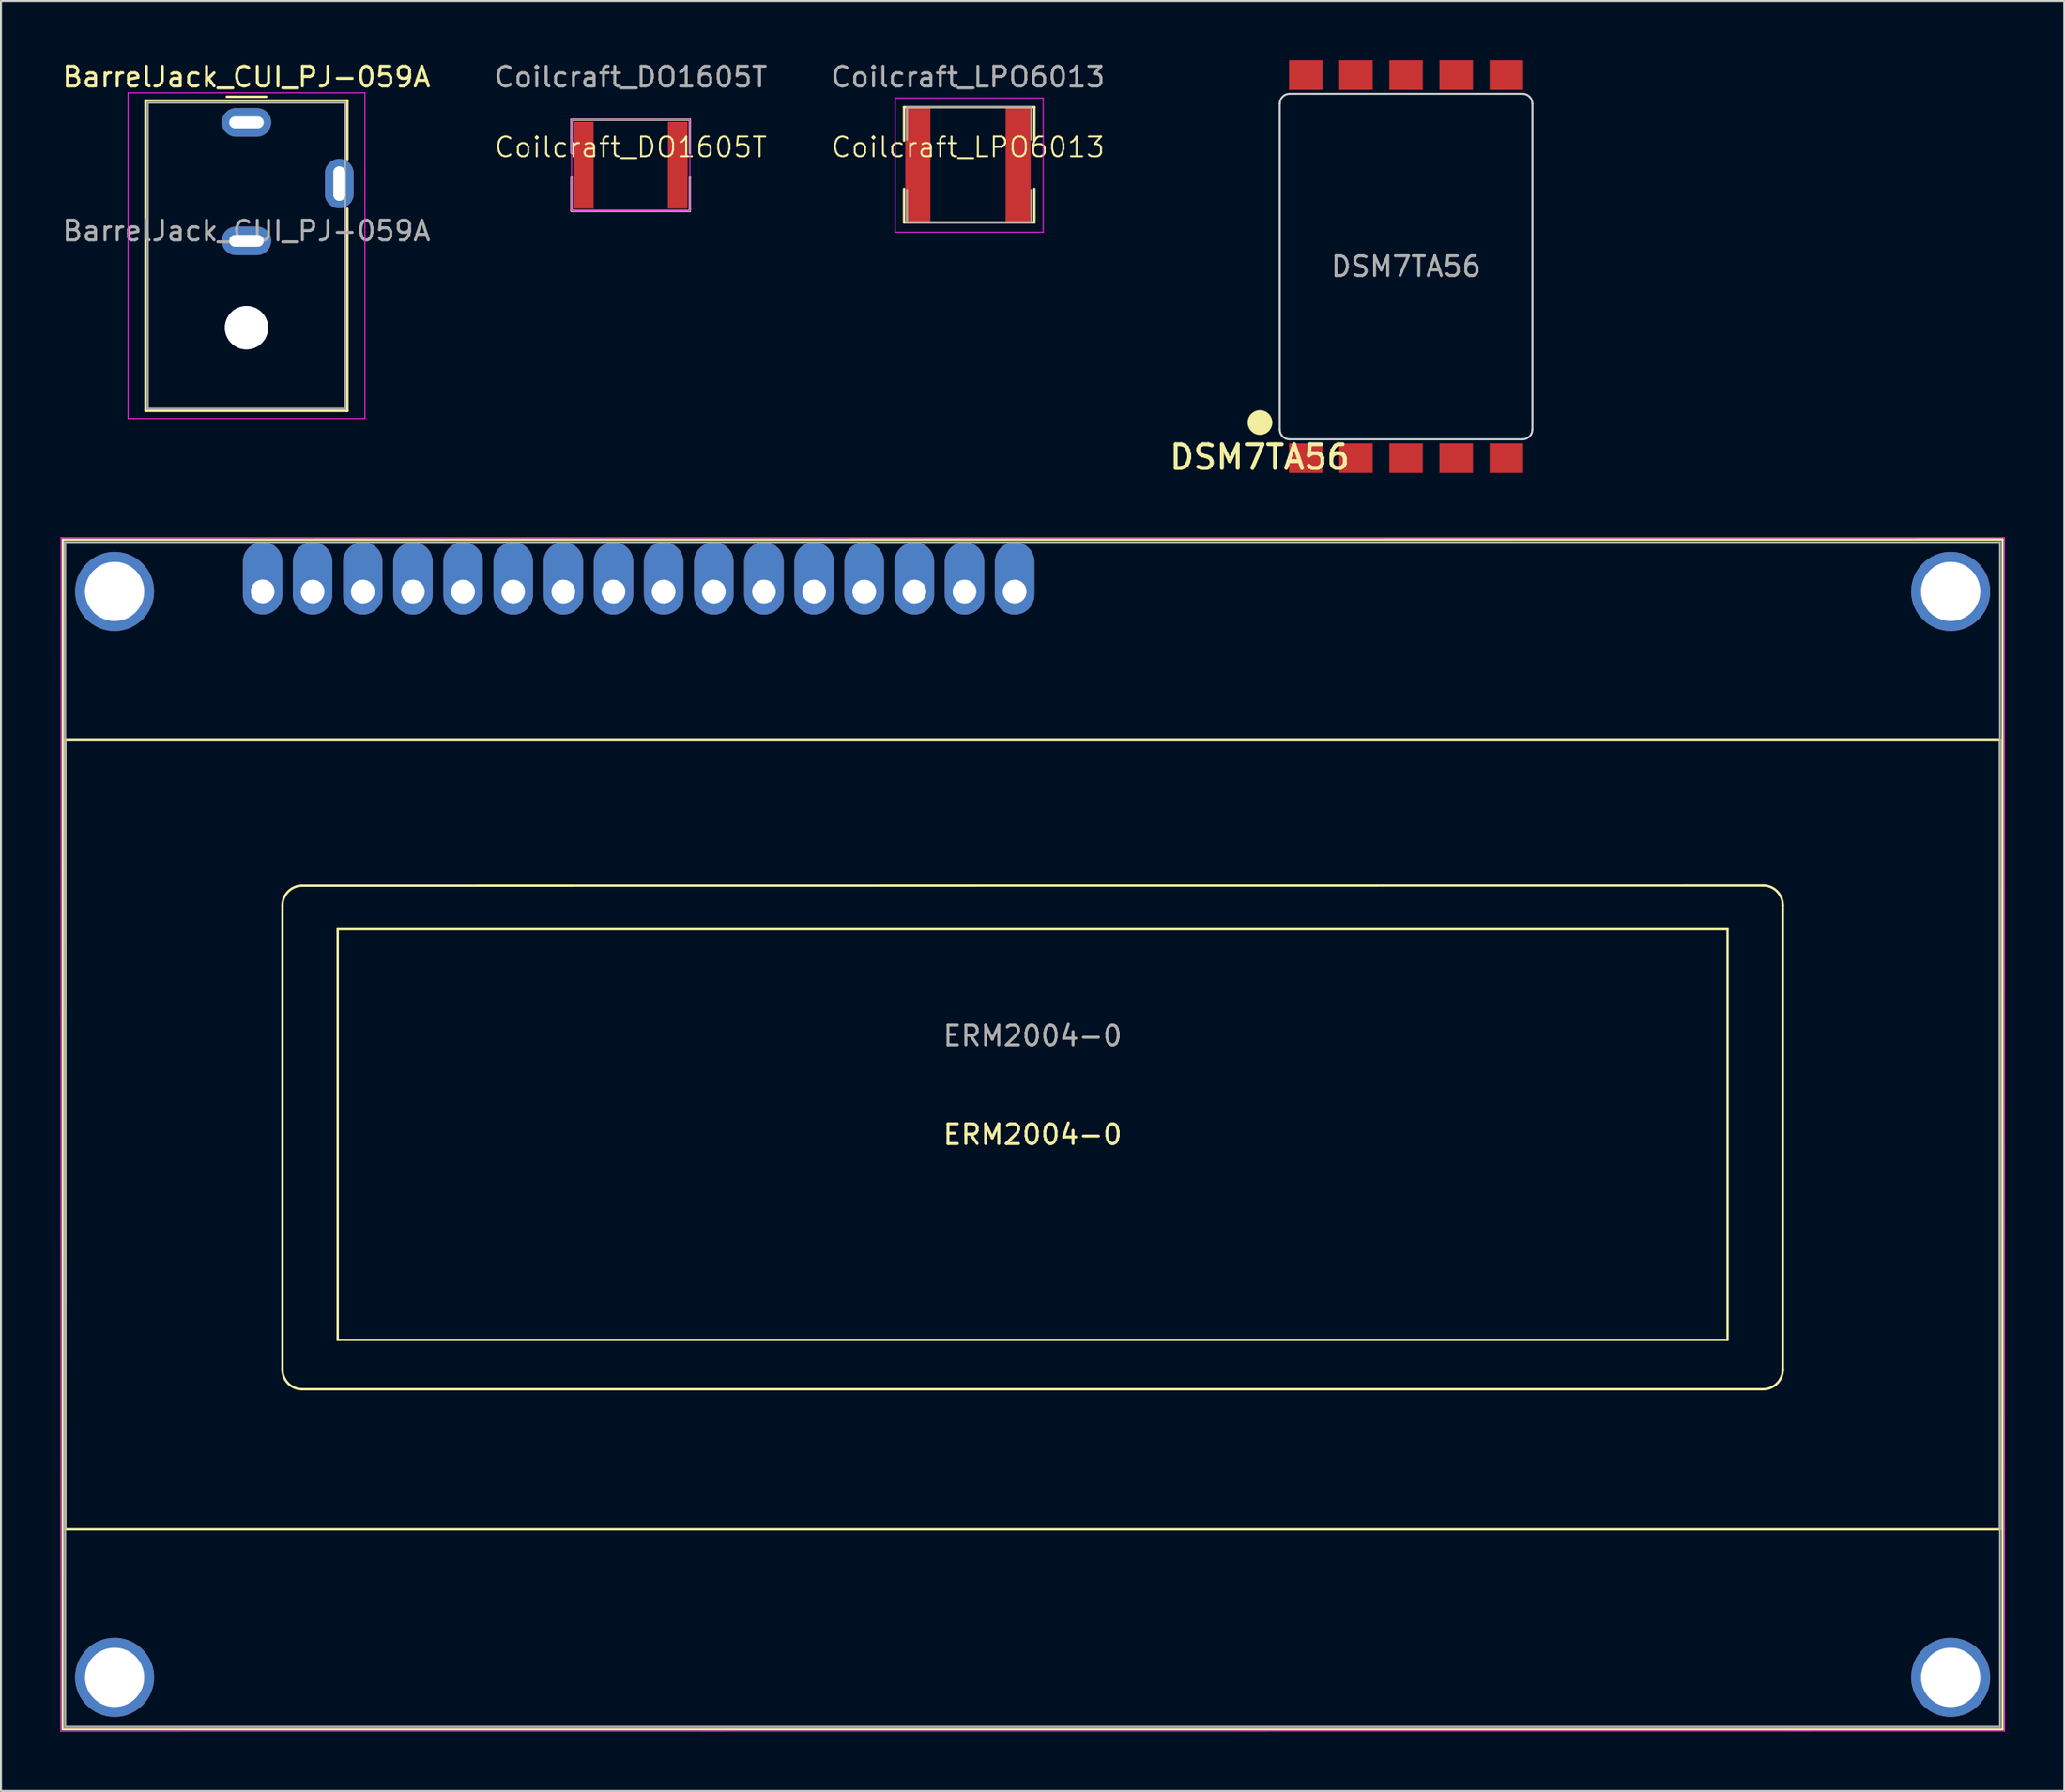
<source format=kicad_pcb>
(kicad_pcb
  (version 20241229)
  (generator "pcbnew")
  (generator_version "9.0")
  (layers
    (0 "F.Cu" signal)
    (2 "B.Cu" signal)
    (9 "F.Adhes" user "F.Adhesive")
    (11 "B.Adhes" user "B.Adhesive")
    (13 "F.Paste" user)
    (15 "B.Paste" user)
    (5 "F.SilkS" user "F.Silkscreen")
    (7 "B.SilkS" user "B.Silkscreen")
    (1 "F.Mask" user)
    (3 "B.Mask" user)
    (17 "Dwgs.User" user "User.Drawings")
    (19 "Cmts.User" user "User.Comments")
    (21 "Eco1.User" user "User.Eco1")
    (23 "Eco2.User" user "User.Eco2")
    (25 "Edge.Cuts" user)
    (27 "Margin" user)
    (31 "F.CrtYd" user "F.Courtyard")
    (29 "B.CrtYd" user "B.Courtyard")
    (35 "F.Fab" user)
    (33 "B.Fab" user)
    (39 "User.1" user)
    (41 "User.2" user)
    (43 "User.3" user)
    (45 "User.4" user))
  (footprint "Coilcraft_DO1605T"
    (layer "F.Cu")
    (at 28.899 5.319)
    (property "Reference" "Coilcraft_DO1605T" (at 0 -0.914 0) (unlocked yes) (layer "F.SilkS") (effects (font (size 1 1) (thickness 0.1))))
    (attr smd)
    (fp_line (start -2.997 -2.311) (end 2.997 -2.311) (stroke (width 0.12) (type solid)) (layer "F.SilkS"))
    (fp_line (start -2.997 -0.611) (end -2.997 -2.311) (stroke (width 0.12) (type solid)) (layer "F.SilkS"))
    (fp_line (start -2.997 2.311) (end -2.997 0.611) (stroke (width 0.12) (type solid)) (layer "F.SilkS"))
    (fp_line (start 2.997 -2.311) (end 2.997 -0.611) (stroke (width 0.12) (type solid)) (layer "F.SilkS"))
    (fp_line (start 2.997 0.611) (end 2.997 2.311) (stroke (width 0.12) (type solid)) (layer "F.SilkS"))
    (fp_line (start 2.997 2.311) (end -2.997 2.311) (stroke (width 0.12) (type solid)) (layer "F.SilkS"))
    (fp_line (start -2.997 -2.311) (end -2.997 2.311) (stroke (width 0.05) (type solid)) (layer "F.CrtYd"))
    (fp_line (start -2.997 2.311) (end 2.997 2.311) (stroke (width 0.05) (type solid)) (layer "F.CrtYd"))
    (fp_line (start 2.997 -2.311) (end -2.997 -2.311) (stroke (width 0.05) (type solid)) (layer "F.CrtYd"))
    (fp_line (start 2.997 2.311) (end 2.997 -2.311) (stroke (width 0.05) (type solid)) (layer "F.CrtYd"))
    (fp_line (start -2.997 -2.311) (end -2.997 -0.661) (stroke (width 0.1) (type solid)) (layer "F.Fab"))
    (fp_line (start -2.997 -2.311) (end 2.997 -2.311) (stroke (width 0.1) (type solid)) (layer "F.Fab"))
    (fp_line (start -2.997 2.311) (end -2.997 0.661) (stroke (width 0.1) (type solid)) (layer "F.Fab"))
    (fp_line (start -2.997 2.311) (end 2.997 2.311) (stroke (width 0.1) (type solid)) (layer "F.Fab"))
    (fp_line (start 2.997 -2.311) (end 2.997 -0.661) (stroke (width 0.1) (type solid)) (layer "F.Fab"))
    (fp_line (start 2.997 2.311) (end 2.997 0.661) (stroke (width 0.1) (type solid)) (layer "F.Fab"))
    (fp_text user "${REFERENCE}" (at 0 -4.47 0) (layer "F.Fab") (effects (font (size 1 1) (thickness 0.15))))
    (pad "1" smd rect (at -2.38 -0.004) (size 1 4.4) (layers "F.Cu" "F.Mask" "F.Paste"))
    (pad "2" smd rect (at 2.38 -0.004) (size 1 4.4) (layers "F.Cu" "F.Mask" "F.Paste")))
  (footprint "Coilcraft_LPO6013"
    (layer "F.Cu")
    (at 45.982 5.42)
    (property "Reference" "Coilcraft_LPO6013" (at 0 -1.016 0) (unlocked yes) (layer "F.SilkS") (effects (font (size 1 1) (thickness 0.1))))
    (attr smd)
    (fp_line (start -3.24 -3.048) (end 3.36 -3.048) (stroke (width 0.12) (type solid)) (layer "F.SilkS"))
    (fp_line (start -3.24 -1.348) (end -3.24 -3.048) (stroke (width 0.12) (type solid)) (layer "F.SilkS"))
    (fp_line (start -3.24 2.794) (end -3.24 1.094) (stroke (width 0.12) (type solid)) (layer "F.SilkS"))
    (fp_line (start 3.36 -3.048) (end 3.36 -1.348) (stroke (width 0.12) (type solid)) (layer "F.SilkS"))
    (fp_line (start 3.36 1.094) (end 3.36 2.794) (stroke (width 0.12) (type solid)) (layer "F.SilkS"))
    (fp_line (start 3.36 2.794) (end -3.24 2.794) (stroke (width 0.12) (type solid)) (layer "F.SilkS"))
    (fp_line (start -3.69 -3.506) (end -3.69 3.294) (stroke (width 0.05) (type solid)) (layer "F.CrtYd"))
    (fp_line (start -3.69 3.294) (end 3.81 3.294) (stroke (width 0.05) (type solid)) (layer "F.CrtYd"))
    (fp_line (start 3.81 -3.506) (end -3.69 -3.506) (stroke (width 0.05) (type solid)) (layer "F.CrtYd"))
    (fp_line (start 3.81 3.294) (end 3.81 -3.506) (stroke (width 0.05) (type solid)) (layer "F.CrtYd"))
    (fp_line (start -3.09 -3.048) (end -3.09 -1.398) (stroke (width 0.1) (type solid)) (layer "F.Fab"))
    (fp_line (start -3.09 -3.048) (end 3.21 -3.048) (stroke (width 0.1) (type solid)) (layer "F.Fab"))
    (fp_line (start -3.09 2.794) (end -3.09 1.144) (stroke (width 0.1) (type solid)) (layer "F.Fab"))
    (fp_line (start -3.09 2.794) (end 3.21 2.794) (stroke (width 0.1) (type solid)) (layer "F.Fab"))
    (fp_line (start 3.21 -3.048) (end 3.21 -1.398) (stroke (width 0.1) (type solid)) (layer "F.Fab"))
    (fp_line (start 3.21 2.794) (end 3.21 1.144) (stroke (width 0.1) (type solid)) (layer "F.Fab"))
    (fp_text user "${REFERENCE}" (at 0 -4.572 0) (layer "F.Fab") (effects (font (size 1 1) (thickness 0.15))))
    (pad "1" smd rect (at -2.54 -0.106) (size 1.27 5.842) (layers "F.Cu" "F.Mask" "F.Paste"))
    (pad "2" smd rect (at 2.54 -0.106) (size 1.27 5.842) (layers "F.Cu" "F.Mask" "F.Paste")))
  (footprint "BarrelJack_CUI_PJ-059A"
    (layer "F.Cu")
    (at 9.435 3.148)
    (property "Reference" "BarrelJack_CUI_PJ-059A" (at 0 -2.3 0) (layer "F.SilkS") (effects (font (size 1 1) (thickness 0.15))))
    (attr through_hole)
    (fp_line (start -5.11 -1.11) (end 5.11 -1.11) (stroke (width 0.12) (type solid)) (layer "F.SilkS"))
    (fp_line (start -5.11 14.61) (end -5.11 -1.11) (stroke (width 0.12) (type solid)) (layer "F.SilkS"))
    (fp_line (start -1 -1.3) (end 1 -1.3) (stroke (width 0.12) (type solid)) (layer "F.SilkS"))
    (fp_line (start 5.11 -1.11) (end 5.11 1.87) (stroke (width 0.12) (type solid)) (layer "F.SilkS"))
    (fp_line (start 5.11 4.37) (end 5.11 14.61) (stroke (width 0.12) (type solid)) (layer "F.SilkS"))
    (fp_line (start 5.11 14.61) (end -5.11 14.61) (stroke (width 0.12) (type solid)) (layer "F.SilkS"))
    (fp_line (start -6 -1.5) (end -6 15) (stroke (width 0.05) (type solid)) (layer "F.CrtYd"))
    (fp_line (start -6 15) (end 6 15) (stroke (width 0.05) (type solid)) (layer "F.CrtYd"))
    (fp_line (start 6 -1.5) (end -6 -1.5) (stroke (width 0.05) (type solid)) (layer "F.CrtYd"))
    (fp_line (start 6 15) (end 6 -1.5) (stroke (width 0.05) (type solid)) (layer "F.CrtYd"))
    (fp_line (start -5 -1) (end 5 -1) (stroke (width 0.1) (type solid)) (layer "F.Fab"))
    (fp_line (start -5 14.5) (end -5 -1) (stroke (width 0.1) (type solid)) (layer "F.Fab"))
    (fp_line (start 5 -1) (end 5 14.5) (stroke (width 0.1) (type solid)) (layer "F.Fab"))
    (fp_line (start 5 14.5) (end -5.01 14.5) (stroke (width 0.1) (type solid)) (layer "F.Fab"))
    (fp_text user "${REFERENCE}" (at 0 5.5 0) (layer "F.Fab") (effects (font (size 1 1) (thickness 0.15))))
    (pad "" np_thru_hole circle (at 0 10.4) (size 2.2 2.2) (drill 2.2) (layers "*.Cu" "*.Mask"))
    (pad "1" thru_hole oval (at 0 0 270) (size 1.45 2.5) (drill oval 0.6 1.75) (layers "*.Cu" "*.Mask"))
    (pad "2" thru_hole oval (at 0 6 90) (size 1.45 2.5) (drill oval 0.6 1.75) (layers "*.Cu" "*.Mask"))
    (pad "3" thru_hole oval (at 4.7 3.1) (size 1.45 2.5) (drill oval 0.6 1.75) (layers "*.Cu" "*.Mask")))
  (footprint "DSM7TA56"
    (layer "F.Cu")
    (at 68.171 10.45)
    (property "Reference" "DSM7TA56" (at -7.413 9.655 0) (unlocked yes) (layer "F.SilkS") (effects (font (size 1.2 1.2) (thickness 0.2) (bold yes))))
    (attr smd)
    (fp_circle (center -7.4 7.9) (end -6.834 7.9) (stroke (width 0.12) (type solid)) (fill yes) (layer "F.SilkS"))
    (fp_line (start -6.4 8.25) (end -6.4 -8.25) (stroke (width 0.1) (type default)) (layer "Edge.Cuts"))
    (fp_line (start -5.9 -8.75) (end 5.9 -8.75) (stroke (width 0.1) (type default)) (layer "Edge.Cuts"))
    (fp_line (start 5.9 8.75) (end -5.9 8.75) (stroke (width 0.1) (type default)) (layer "Edge.Cuts"))
    (fp_line (start 6.4 -8.25) (end 6.4 8.25) (stroke (width 0.1) (type default)) (layer "Edge.Cuts"))
    (fp_arc (start -6.4 -8.25) (mid -6.253553 -8.603553) (end -5.9 -8.75) (stroke (width 0.1) (type default)) (layer "Edge.Cuts"))
    (fp_arc (start -5.9 8.75) (mid -6.253553 8.603553) (end -6.4 8.25) (stroke (width 0.1) (type default)) (layer "Edge.Cuts"))
    (fp_arc (start 5.9 -8.75) (mid 6.253553 -8.603553) (end 6.4 -8.25) (stroke (width 0.1) (type default)) (layer "Edge.Cuts"))
    (fp_arc (start 6.4 8.25) (mid 6.253553 8.603553) (end 5.9 8.75) (stroke (width 0.1) (type default)) (layer "Edge.Cuts"))
    (fp_text user "${REFERENCE}" (at 0 0 0) (unlocked yes) (layer "F.Fab") (effects (font (size 1 1) (thickness 0.15) (bold yes))))
    (pad "1" smd rect (at -5.08 9.7) (size 1.7 1.5) (layers "F.Cu" "F.Mask" "F.Paste"))
    (pad "2" smd rect (at -2.54 9.7) (size 1.7 1.5) (layers "F.Cu" "F.Mask" "F.Paste"))
    (pad "3" smd rect (at 0 9.7) (size 1.7 1.5) (layers "F.Cu" "F.Mask" "F.Paste"))
    (pad "4" smd rect (at 2.54 9.7) (size 1.7 1.5) (layers "F.Cu" "F.Mask" "F.Paste"))
    (pad "5" smd rect (at 5.08 9.7) (size 1.7 1.5) (layers "F.Cu" "F.Mask" "F.Paste"))
    (pad "6" smd rect (at 5.08 -9.7) (size 1.7 1.5) (layers "F.Cu" "F.Mask" "F.Paste"))
    (pad "7" smd rect (at 2.54 -9.7) (size 1.7 1.5) (layers "F.Cu" "F.Mask" "F.Paste"))
    (pad "8" smd rect (at 0 -9.7) (size 1.7 1.5) (layers "F.Cu" "F.Mask" "F.Paste"))
    (pad "9" smd rect (at -2.54 -9.7) (size 1.7 1.5) (layers "F.Cu" "F.Mask" "F.Paste"))
    (pad "10" smd rect (at -5.08 -9.7) (size 1.7 1.5) (layers "F.Cu" "F.Mask" "F.Paste")))
  (footprint "ERM2004-0"
    (layer "F.Cu")
    (at 10.275 26.893)
    (property "Reference" "ERM2004-0" (at 38.98 27.52 0) (layer "F.SilkS") (effects (font (size 1 1) (thickness 0.15))))
    (attr through_hole)
    (fp_line (start -10.15 57.64) (end 88.11 57.64) (stroke (width 0.12) (type solid)) (layer "F.SilkS"))
    (fp_line (start -10.14 -2.61) (end -10.15 57.64) (stroke (width 0.12) (type solid)) (layer "F.SilkS"))
    (fp_line (start -10.14 -2.61) (end 88.11 -2.62) (stroke (width 0.12) (type solid)) (layer "F.SilkS"))
    (fp_line (start -10.02 7.513) (end -10.02 47.513) (stroke (width 0.12) (type solid)) (layer "F.SilkS"))
    (fp_line (start -10.02 7.513) (end 87.98 7.513) (stroke (width 0.12) (type solid)) (layer "F.SilkS"))
    (fp_line (start 0.98 15.92) (end 0.98 39.42) (stroke (width 0.12) (type solid)) (layer "F.SilkS"))
    (fp_line (start 1.98 14.92) (end 75.98 14.91) (stroke (width 0.12) (type solid)) (layer "F.SilkS"))
    (fp_line (start 1.98 40.42) (end 75.98 40.42) (stroke (width 0.12) (type solid)) (layer "F.SilkS"))
    (fp_line (start 3.78 17.12) (end 3.78 37.92) (stroke (width 0.12) (type solid)) (layer "F.SilkS"))
    (fp_line (start 3.78 17.12) (end 74.18 17.12) (stroke (width 0.12) (type solid)) (layer "F.SilkS"))
    (fp_line (start 3.78 37.92) (end 74.18 37.92) (stroke (width 0.12) (type solid)) (layer "F.SilkS"))
    (fp_line (start 74.18 17.12) (end 74.18 37.92) (stroke (width 0.12) (type solid)) (layer "F.SilkS"))
    (fp_line (start 76.98 15.91) (end 76.98 39.42) (stroke (width 0.12) (type solid)) (layer "F.SilkS"))
    (fp_line (start 87.98 7.513) (end 87.98 47.513) (stroke (width 0.12) (type solid)) (layer "F.SilkS"))
    (fp_line (start 87.98 47.513) (end -10.02 47.513) (stroke (width 0.12) (type solid)) (layer "F.SilkS"))
    (fp_line (start 88.11 -2.62) (end 88.11 57.64) (stroke (width 0.12) (type solid)) (layer "F.SilkS"))
    (fp_arc (start 0.98 15.92) (mid 1.272893 15.212893) (end 1.98 14.92) (stroke (width 0.12) (type solid)) (layer "F.SilkS"))
    (fp_arc (start 1.98 40.42) (mid 1.272893 40.127107) (end 0.98 39.42) (stroke (width 0.12) (type solid)) (layer "F.SilkS"))
    (fp_arc (start 75.98 14.91) (mid 76.687107 15.202893) (end 76.98 15.91) (stroke (width 0.12) (type solid)) (layer "F.SilkS"))
    (fp_arc (start 76.98 39.42) (mid 76.687107 40.127107) (end 75.98 40.42) (stroke (width 0.12) (type solid)) (layer "F.SilkS"))
    (fp_line (start -10.25 57.74) (end -10.24 -2.71) (stroke (width 0.05) (type solid)) (layer "F.CrtYd"))
    (fp_line (start -10.25 57.74) (end 88.21 57.73) (stroke (width 0.05) (type solid)) (layer "F.CrtYd"))
    (fp_line (start -10.24 -2.71) (end 88.2 -2.71) (stroke (width 0.05) (type solid)) (layer "F.CrtYd"))
    (fp_line (start 88.21 57.73) (end 88.2 -2.71) (stroke (width 0.05) (type solid)) (layer "F.CrtYd"))
    (fp_line (start -10.02 -2.487) (end -10.02 57.513) (stroke (width 0.1) (type solid)) (layer "F.Fab"))
    (fp_line (start -10.02 -2.487) (end 87.98 -2.487) (stroke (width 0.1) (type solid)) (layer "F.Fab"))
    (fp_line (start -10.02 57.513) (end 87.98 57.513) (stroke (width 0.1) (type solid)) (layer "F.Fab"))
    (fp_line (start 87.98 -2.487) (end 87.98 57.513) (stroke (width 0.1) (type solid)) (layer "F.Fab"))
    (fp_text user "${REFERENCE}" (at 38.98 22.52 0) (layer "F.Fab") (effects (font (size 1 1) (thickness 0.15))))
    (pad "1" thru_hole oval (at -0.02 0.013) (size 2 3.67) (drill 1.2 (offset 0 -0.67)) (layers "*.Cu" "*.Mask"))
    (pad "2" thru_hole oval (at 2.51 0.02) (size 2 3.67) (drill 1.2 (offset 0 -0.67)) (layers "*.Cu" "*.Mask"))
    (pad "3" thru_hole oval (at 5.05 0.02) (size 2 3.67) (drill 1.2 (offset 0 -0.67)) (layers "*.Cu" "*.Mask"))
    (pad "4" thru_hole oval (at 7.59 0.02) (size 2 3.67) (drill 1.2 (offset 0 -0.67)) (layers "*.Cu" "*.Mask"))
    (pad "5" thru_hole oval (at 10.13 0.02) (size 2 3.67) (drill 1.2 (offset 0 -0.67)) (layers "*.Cu" "*.Mask"))
    (pad "6" thru_hole oval (at 12.67 0.02) (size 2 3.67) (drill 1.2 (offset 0 -0.67)) (layers "*.Cu" "*.Mask"))
    (pad "7" thru_hole oval (at 15.21 0.02) (size 2 3.67) (drill 1.2 (offset 0 -0.67)) (layers "*.Cu" "*.Mask"))
    (pad "8" thru_hole oval (at 17.75 0.02) (size 2 3.67) (drill 1.2 (offset 0 -0.67)) (layers "*.Cu" "*.Mask"))
    (pad "9" thru_hole oval (at 20.29 0.02) (size 2 3.67) (drill 1.2 (offset 0 -0.67)) (layers "*.Cu" "*.Mask"))
    (pad "10" thru_hole oval (at 22.83 0.02) (size 2 3.67) (drill 1.2 (offset 0 -0.67)) (layers "*.Cu" "*.Mask"))
    (pad "11" thru_hole oval (at 25.37 0.02) (size 2 3.67) (drill 1.2 (offset 0 -0.67)) (layers "*.Cu" "*.Mask"))
    (pad "12" thru_hole oval (at 27.91 0.02) (size 2 3.67) (drill 1.2 (offset 0 -0.67)) (layers "*.Cu" "*.Mask"))
    (pad "13" thru_hole oval (at 30.45 0.02) (size 2 3.67) (drill 1.2 (offset 0 -0.67)) (layers "*.Cu" "*.Mask"))
    (pad "14" thru_hole oval (at 32.99 0.02) (size 2 3.67) (drill 1.2 (offset 0 -0.67)) (layers "*.Cu" "*.Mask"))
    (pad "15" thru_hole oval (at 35.53 0.02) (size 2 3.67) (drill 1.2 (offset 0 -0.67)) (layers "*.Cu" "*.Mask"))
    (pad "16" thru_hole oval (at 38.07 0.02) (size 2 3.67) (drill 1.2 (offset 0 -0.67)) (layers "*.Cu" "*.Mask"))
    (pad "S1" thru_hole circle (at -7.52 0.013) (size 4 4) (drill 3) (layers "*.Cu" "*.Mask"))
    (pad "S2" thru_hole circle (at 85.48 0.013) (size 4 4) (drill 3) (layers "*.Cu" "*.Mask"))
    (pad "S3" thru_hole circle (at -7.52 55.013) (size 4 4) (drill 3) (layers "*.Cu" "*.Mask"))
    (pad "S4" thru_hole circle (at 85.48 55.013) (size 4 4) (drill 3) (layers "*.Cu" "*.Mask")))
  (gr_rect
    (start -3 -3)
    (end 101.51 87.658)
    (stroke (width 0.1) (type default))
    (fill no)
    (layer "Edge.Cuts")))
</source>
